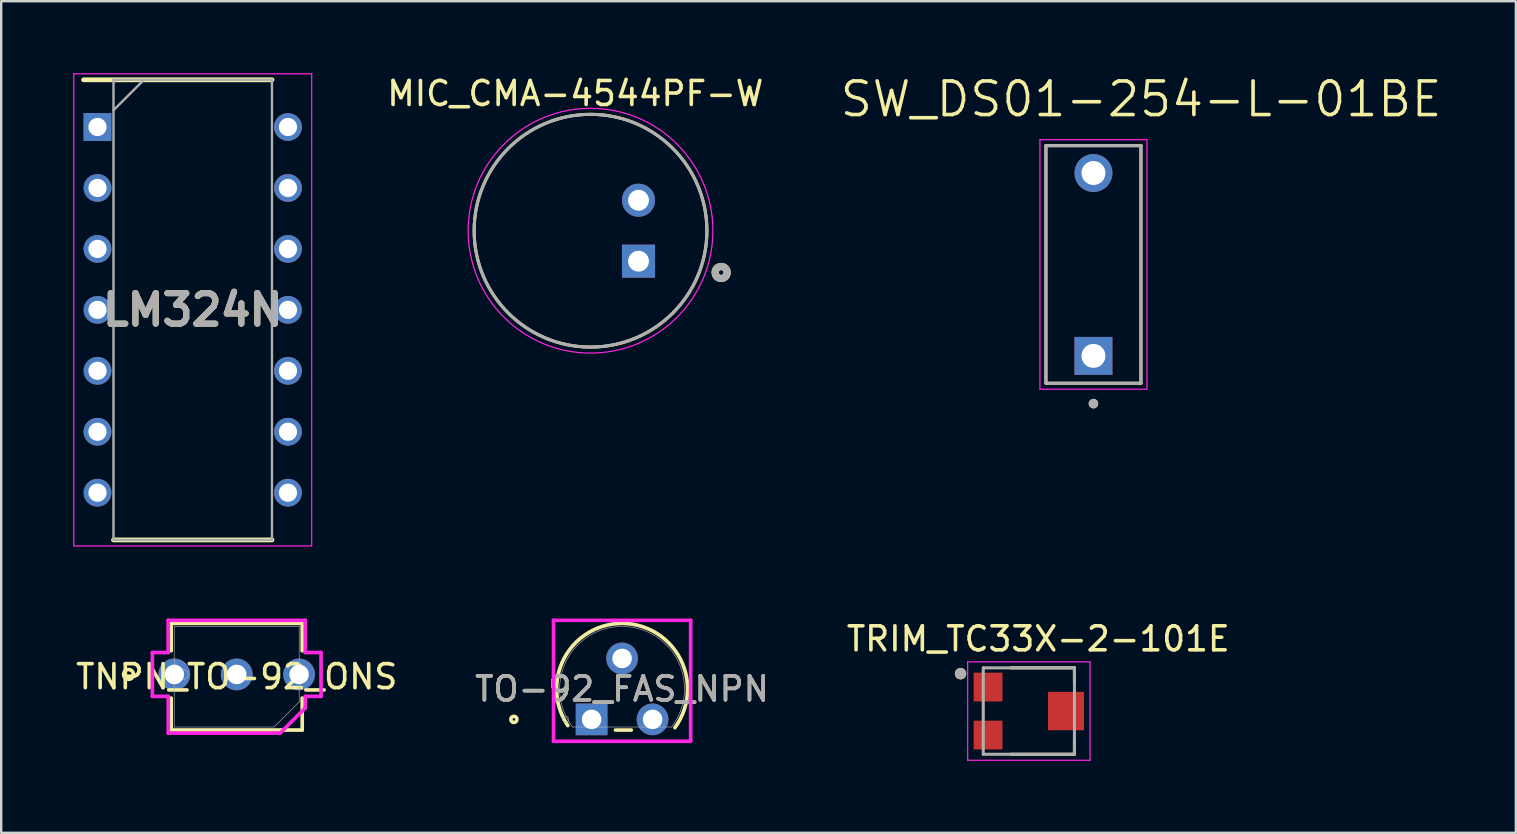
<source format=kicad_pcb>
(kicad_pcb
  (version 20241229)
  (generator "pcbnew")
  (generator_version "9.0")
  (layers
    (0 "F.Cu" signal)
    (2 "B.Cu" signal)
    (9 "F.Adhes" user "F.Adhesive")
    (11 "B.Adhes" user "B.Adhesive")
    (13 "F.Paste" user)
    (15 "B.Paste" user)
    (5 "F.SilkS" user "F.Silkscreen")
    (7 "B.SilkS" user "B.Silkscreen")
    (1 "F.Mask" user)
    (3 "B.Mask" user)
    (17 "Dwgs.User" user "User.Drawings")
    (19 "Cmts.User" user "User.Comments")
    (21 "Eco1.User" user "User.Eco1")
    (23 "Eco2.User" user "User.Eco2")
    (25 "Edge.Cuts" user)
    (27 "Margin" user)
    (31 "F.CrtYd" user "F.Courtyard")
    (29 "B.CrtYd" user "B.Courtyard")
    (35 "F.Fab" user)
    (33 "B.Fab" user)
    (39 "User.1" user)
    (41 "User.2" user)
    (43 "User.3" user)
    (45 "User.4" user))
  (footprint "SW_DS01-254-L-01BE"
    (layer "F.Cu")
    (at 42.519 7.971)
    (property "Reference" "SW_DS01-254-L-01BE" (at 1.985 -6.889 0) (layer "F.SilkS") (effects (font (size 1.4 1.4) (thickness 0.15))))
    (attr through_hole)
    (fp_line (start -1.98 -4.95) (end 1.98 -4.95) (stroke (width 0.127) (type solid)) (layer "F.SilkS"))
    (fp_line (start -1.98 4.95) (end -1.98 -4.95) (stroke (width 0.127) (type solid)) (layer "F.SilkS"))
    (fp_line (start 1.98 -4.95) (end 1.98 4.95) (stroke (width 0.127) (type solid)) (layer "F.SilkS"))
    (fp_line (start 1.98 4.95) (end -1.98 4.95) (stroke (width 0.127) (type solid)) (layer "F.SilkS"))
    (fp_circle (center 0 5.8) (end 0.1 5.8) (stroke (width 0.2) (type solid)) (fill no) (layer "F.SilkS"))
    (fp_line (start -2.23 -5.2) (end -2.23 5.2) (stroke (width 0.05) (type solid)) (layer "F.CrtYd"))
    (fp_line (start -2.23 5.2) (end 2.23 5.2) (stroke (width 0.05) (type solid)) (layer "F.CrtYd"))
    (fp_line (start 2.23 -5.2) (end -2.23 -5.2) (stroke (width 0.05) (type solid)) (layer "F.CrtYd"))
    (fp_line (start 2.23 5.2) (end 2.23 -5.2) (stroke (width 0.05) (type solid)) (layer "F.CrtYd"))
    (fp_line (start -1.98 -4.95) (end 1.98 -4.95) (stroke (width 0.127) (type solid)) (layer "F.Fab"))
    (fp_line (start -1.98 4.95) (end -1.98 -4.95) (stroke (width 0.127) (type solid)) (layer "F.Fab"))
    (fp_line (start 1.98 -4.95) (end 1.98 4.95) (stroke (width 0.127) (type solid)) (layer "F.Fab"))
    (fp_line (start 1.98 4.95) (end -1.98 4.95) (stroke (width 0.127) (type solid)) (layer "F.Fab"))
    (fp_circle (center 0 5.8) (end 0.1 5.8) (stroke (width 0.2) (type solid)) (fill no) (layer "F.Fab"))
    (pad "1A" thru_hole rect (at 0 3.81) (size 1.58 1.58) (drill 1) (layers "*.Cu" "*.Mask"))
    (pad "1B" thru_hole circle (at 0 -3.81) (size 1.58 1.58) (drill 1) (layers "*.Cu" "*.Mask")))
  (footprint "MIC_CMA-4544PF-W"
    (layer "F.Cu")
    (at 21.56 6.565)
    (property "Reference" "MIC_CMA-4544PF-W" (at -0.635 -5.717 0) (layer "F.SilkS") (effects (font (size 1 1) (thickness 0.15))))
    (attr through_hole)
    (fp_circle (center 0 0) (end 4.85 0) (stroke (width 0.127) (type solid)) (fill no) (layer "F.SilkS"))
    (fp_circle (center 5.443 1.741) (end 5.543 1.741) (stroke (width 0.3) (type solid)) (fill no) (layer "F.SilkS"))
    (fp_circle (center 0 0) (end 5.1 0) (stroke (width 0.05) (type solid)) (fill no) (layer "F.CrtYd"))
    (fp_circle (center 0 0) (end 4.85 0) (stroke (width 0.127) (type solid)) (fill no) (layer "F.Fab"))
    (fp_circle (center 5.443 1.741) (end 5.543 1.741) (stroke (width 0.3) (type solid)) (fill no) (layer "F.Fab"))
    (pad "1" thru_hole rect (at 2 1.27) (size 1.378 1.378) (drill 0.87) (layers "*.Cu" "*.Mask"))
    (pad "2" thru_hole circle (at 2 -1.27) (size 1.378 1.378) (drill 0.87) (layers "*.Cu" "*.Mask")))
  (footprint "TO-92_FAS_NPN"
    (layer "F.Cu")
    (at 21.605 26.93)
    (property "Reference" "TO-92_FAS_NPN" (at 1.27 -1.27 0) (unlocked yes) (layer "F.SilkS") (effects (font (size 1 1) (thickness 0.15))))
    (attr through_hole)
    (fp_line (start 0.993 0.445) (end 1.652 0.445) (stroke (width 0.152) (type solid)) (layer "F.SilkS"))
    (fp_arc (start -0.993141 0.257686) (mid 0.471212 -3.881047) (end 4.0005 -1.27) (stroke (width 0.1524) (type solid)) (layer "F.SilkS"))
    (fp_arc (start 4.0005 -1.269997) (mid 3.864721 -0.419674) (end 3.470889 0.346081) (stroke (width 0.1524) (type solid)) (layer "F.SilkS"))
    (fp_circle (center -3.239 0) (end -3.111 0) (stroke (width 0.152) (type solid)) (fill no) (layer "F.SilkS"))
    (fp_line (start -1.587 -4.128) (end 4.128 -4.128) (stroke (width 0.152) (type solid)) (layer "F.CrtYd"))
    (fp_line (start -1.587 0.914) (end -1.587 -4.128) (stroke (width 0.152) (type solid)) (layer "F.CrtYd"))
    (fp_line (start 4.128 -4.128) (end 4.128 0.914) (stroke (width 0.152) (type solid)) (layer "F.CrtYd"))
    (fp_line (start 4.128 0.914) (end -1.587 0.914) (stroke (width 0.152) (type solid)) (layer "F.CrtYd"))
    (fp_line (start -0.794 0.318) (end 3.334 0.318) (stroke (width 0.025) (type solid)) (layer "F.Fab"))
    (fp_line (start -0.254 0) (end 0.254 0) (stroke (width 0.152) (type solid)) (layer "F.Fab"))
    (fp_line (start 0 0.254) (end 0 -0.254) (stroke (width 0.152) (type solid)) (layer "F.Fab"))
    (fp_arc (start -0.793507 0.317499) (mid 1.270001 -3.8735) (end 3.333506 0.3175) (stroke (width 0.0254) (type solid)) (layer "F.Fab"))
    (fp_circle (center -1.079 0) (end -0.953 0) (stroke (width 0.025) (type solid)) (fill no) (layer "F.Fab"))
    (fp_text user "${REFERENCE}" (at 1.27 -1.27 0) (unlocked yes) (layer "F.Fab") (effects (font (size 1 1) (thickness 0.15))))
    (pad "1" thru_hole rect (at 0 0) (size 1.321 1.321) (drill 0.813) (layers "*.Cu" "*.Mask"))
    (pad "2" thru_hole circle (at 1.27 -2.54) (size 1.321 1.321) (drill 0.813) (layers "*.Cu" "*.Mask"))
    (pad "3" thru_hole circle (at 2.54 0) (size 1.321 1.321) (drill 0.813) (layers "*.Cu" "*.Mask")))
  (footprint "TRIM_TC33X-2-101E"
    (layer "F.Cu")
    (at 39.927 26.583)
    (property "Reference" "TRIM_TC33X-2-101E" (at 0.294 -3.008 0) (layer "F.SilkS") (effects (font (size 1 1) (thickness 0.15))))
    (attr smd)
    (fp_line (start -0.85 -1.8) (end 1.8 -1.8) (stroke (width 0.127) (type solid)) (layer "F.SilkS"))
    (fp_line (start -0.85 1.8) (end 1.8 1.8) (stroke (width 0.127) (type solid)) (layer "F.SilkS"))
    (fp_line (start 1.8 -1.8) (end 1.8 -1.2) (stroke (width 0.127) (type solid)) (layer "F.SilkS"))
    (fp_line (start 1.8 1.8) (end 1.8 1.2) (stroke (width 0.127) (type solid)) (layer "F.SilkS"))
    (fp_circle (center -2.946 -1.558) (end -2.826 -1.558) (stroke (width 0.24) (type solid)) (fill no) (layer "F.SilkS"))
    (fp_line (start -2.65 -2.05) (end 2.45 -2.05) (stroke (width 0.05) (type solid)) (layer "F.CrtYd"))
    (fp_line (start -2.65 2.05) (end -2.65 -2.05) (stroke (width 0.05) (type solid)) (layer "F.CrtYd"))
    (fp_line (start 2.45 -2.05) (end 2.45 2.05) (stroke (width 0.05) (type solid)) (layer "F.CrtYd"))
    (fp_line (start 2.45 2.05) (end -2.65 2.05) (stroke (width 0.05) (type solid)) (layer "F.CrtYd"))
    (fp_line (start -2 -1.8) (end 1.8 -1.8) (stroke (width 0.127) (type solid)) (layer "F.Fab"))
    (fp_line (start -2 1.8) (end -2 -1.8) (stroke (width 0.127) (type solid)) (layer "F.Fab"))
    (fp_line (start 1.8 -1.8) (end 1.8 1.8) (stroke (width 0.127) (type solid)) (layer "F.Fab"))
    (fp_line (start 1.8 1.8) (end -2 1.8) (stroke (width 0.127) (type solid)) (layer "F.Fab"))
    (fp_circle (center -2.946 -1.558) (end -2.826 -1.558) (stroke (width 0.24) (type solid)) (fill no) (layer "F.Fab"))
    (pad "1" smd rect (at -1.8 -1) (size 1.2 1.2) (layers "F.Cu" "F.Mask" "F.Paste"))
    (pad "2" smd rect (at 1.45 0) (size 1.5 1.6) (layers "F.Cu" "F.Mask" "F.Paste"))
    (pad "3" smd rect (at -1.8 1) (size 1.2 1.2) (layers "F.Cu" "F.Mask" "F.Paste")))
  (footprint "TNPN_TO-92_ONS"
    (layer "F.Cu")
    (at 4.215 25.057)
    (property "Reference" "TNPN_TO-92_ONS" (at 2.6 0.095 0) (unlocked yes) (layer "F.SilkS") (effects (font (size 1 1) (thickness 0.15))))
    (attr through_hole)
    (fp_line (start -0.131 -2.127) (end 5.33 -2.127) (stroke (width 0.152) (type solid)) (layer "F.SilkS"))
    (fp_line (start -0.131 -0.985) (end -0.131 -2.127) (stroke (width 0.152) (type solid)) (layer "F.SilkS"))
    (fp_line (start -0.131 2.317) (end -0.131 0.985) (stroke (width 0.152) (type solid)) (layer "F.SilkS"))
    (fp_line (start 5.33 -2.127) (end 5.33 -0.985) (stroke (width 0.152) (type solid)) (layer "F.SilkS"))
    (fp_line (start 5.33 0.985) (end 5.33 2.317) (stroke (width 0.152) (type solid)) (layer "F.SilkS"))
    (fp_line (start 5.33 2.317) (end -0.131 2.317) (stroke (width 0.152) (type solid)) (layer "F.SilkS"))
    (fp_circle (center -1.909 0) (end -1.705 0) (stroke (width 0.152) (type solid)) (fill no) (layer "F.SilkS"))
    (fp_line (start -0.914 -0.914) (end -0.914 0.914) (stroke (width 0.152) (type solid)) (layer "F.CrtYd"))
    (fp_line (start -0.914 0.914) (end -0.255 0.914) (stroke (width 0.152) (type solid)) (layer "F.CrtYd"))
    (fp_line (start -0.258 -2.255) (end -0.257 -0.914) (stroke (width 0.152) (type solid)) (layer "F.CrtYd"))
    (fp_line (start -0.257 -0.914) (end -0.914 -0.914) (stroke (width 0.152) (type solid)) (layer "F.CrtYd"))
    (fp_line (start -0.255 0.914) (end -0.254 2.445) (stroke (width 0.152) (type solid)) (layer "F.CrtYd"))
    (fp_line (start -0.254 2.445) (end 4.41 2.445) (stroke (width 0.152) (type solid)) (layer "F.CrtYd"))
    (fp_line (start 4.41 2.445) (end 5.457 1.397) (stroke (width 0.152) (type solid)) (layer "F.CrtYd"))
    (fp_line (start 5.457 -2.255) (end -0.258 -2.255) (stroke (width 0.152) (type solid)) (layer "F.CrtYd"))
    (fp_line (start 5.457 -0.914) (end 5.457 -2.255) (stroke (width 0.152) (type solid)) (layer "F.CrtYd"))
    (fp_line (start 5.457 0.914) (end 6.114 0.914) (stroke (width 0.152) (type solid)) (layer "F.CrtYd"))
    (fp_line (start 5.457 1.397) (end 5.457 0.914) (stroke (width 0.152) (type solid)) (layer "F.CrtYd"))
    (fp_line (start 6.114 -0.914) (end 5.457 -0.914) (stroke (width 0.152) (type solid)) (layer "F.CrtYd"))
    (fp_line (start 6.114 0.914) (end 6.114 -0.914) (stroke (width 0.152) (type solid)) (layer "F.CrtYd"))
    (fp_line (start -0.004 -2.001) (end 5.204 -2.001) (stroke (width 0.025) (type solid)) (layer "F.Fab"))
    (fp_line (start -0.004 2.191) (end -0.004 -2.001) (stroke (width 0.025) (type solid)) (layer "F.Fab"))
    (fp_line (start 4.156 2.191) (end -0.004 2.191) (stroke (width 0.025) (type solid)) (layer "F.Fab"))
    (fp_line (start 5.204 -2.001) (end 5.204 1.143) (stroke (width 0.025) (type solid)) (layer "F.Fab"))
    (fp_line (start 5.204 1.143) (end 4.156 2.191) (stroke (width 0.025) (type solid)) (layer "F.Fab"))
    (fp_circle (center 0.378 0) (end 0.581 0) (stroke (width 0.025) (type solid)) (fill no) (layer "F.Fab"))
    (pad "1" thru_hole circle (at 0 0) (size 1.321 1.321) (drill 0.813) (layers "*.Cu" "*.Mask"))
    (pad "2" thru_hole circle (at 2.6 0) (size 1.321 1.321) (drill 0.813) (layers "*.Cu" "*.Mask"))
    (pad "3" thru_hole circle (at 5.2 0) (size 1.321 1.321) (drill 0.813) (layers "*.Cu" "*.Mask")))
  (footprint "LM324N"
    (layer "F.Cu")
    (at 4.982 9.863)
    (property "Reference" "LM324N" (at 0 0 0) (layer "F.SilkS") (effects (font (size 1.27 1.27) (thickness 0.254))))
    (attr through_hole)
    (fp_line (start -4.548 -9.588) (end 3.302 -9.588) (stroke (width 0.2) (type solid)) (layer "F.SilkS"))
    (fp_line (start -3.302 9.588) (end 3.302 9.588) (stroke (width 0.2) (type solid)) (layer "F.SilkS"))
    (fp_line (start -4.957 -9.838) (end 4.957 -9.838) (stroke (width 0.05) (type solid)) (layer "F.CrtYd"))
    (fp_line (start -4.957 9.838) (end -4.957 -9.838) (stroke (width 0.05) (type solid)) (layer "F.CrtYd"))
    (fp_line (start 4.957 -9.838) (end 4.957 9.838) (stroke (width 0.05) (type solid)) (layer "F.CrtYd"))
    (fp_line (start 4.957 9.838) (end -4.957 9.838) (stroke (width 0.05) (type solid)) (layer "F.CrtYd"))
    (fp_line (start -3.302 -9.588) (end 3.302 -9.588) (stroke (width 0.1) (type solid)) (layer "F.Fab"))
    (fp_line (start -3.302 -8.318) (end -2.032 -9.588) (stroke (width 0.1) (type solid)) (layer "F.Fab"))
    (fp_line (start -3.302 9.588) (end -3.302 -9.588) (stroke (width 0.1) (type solid)) (layer "F.Fab"))
    (fp_line (start 3.302 -9.588) (end 3.302 9.588) (stroke (width 0.1) (type solid)) (layer "F.Fab"))
    (fp_line (start 3.302 9.588) (end -3.302 9.588) (stroke (width 0.1) (type solid)) (layer "F.Fab"))
    (fp_text user "${REFERENCE}" (at 0 0 0) (layer "F.Fab") (effects (font (size 1.27 1.27) (thickness 0.254))))
    (pad "1" thru_hole rect (at -3.969 -7.62) (size 1.159 1.159) (drill 0.759) (layers "*.Cu" "*.Mask"))
    (pad "2" thru_hole circle (at -3.969 -5.08) (size 1.159 1.159) (drill 0.759) (layers "*.Cu" "*.Mask"))
    (pad "3" thru_hole circle (at -3.969 -2.54) (size 1.159 1.159) (drill 0.759) (layers "*.Cu" "*.Mask"))
    (pad "4" thru_hole circle (at -3.969 0) (size 1.159 1.159) (drill 0.759) (layers "*.Cu" "*.Mask"))
    (pad "5" thru_hole circle (at -3.969 2.54) (size 1.159 1.159) (drill 0.759) (layers "*.Cu" "*.Mask"))
    (pad "6" thru_hole circle (at -3.969 5.08) (size 1.159 1.159) (drill 0.759) (layers "*.Cu" "*.Mask"))
    (pad "7" thru_hole circle (at -3.969 7.62) (size 1.159 1.159) (drill 0.759) (layers "*.Cu" "*.Mask"))
    (pad "8" thru_hole circle (at 3.969 7.62) (size 1.159 1.159) (drill 0.759) (layers "*.Cu" "*.Mask"))
    (pad "9" thru_hole circle (at 3.969 5.08) (size 1.159 1.159) (drill 0.759) (layers "*.Cu" "*.Mask"))
    (pad "10" thru_hole circle (at 3.969 2.54) (size 1.159 1.159) (drill 0.759) (layers "*.Cu" "*.Mask"))
    (pad "11" thru_hole circle (at 3.969 0) (size 1.159 1.159) (drill 0.759) (layers "*.Cu" "*.Mask"))
    (pad "12" thru_hole circle (at 3.969 -2.54) (size 1.159 1.159) (drill 0.759) (layers "*.Cu" "*.Mask"))
    (pad "13" thru_hole circle (at 3.969 -5.08) (size 1.159 1.159) (drill 0.759) (layers "*.Cu" "*.Mask"))
    (pad "14" thru_hole circle (at 3.969 -7.62) (size 1.159 1.159) (drill 0.759) (layers "*.Cu" "*.Mask")))
  (gr_rect
    (start -3 -3)
    (end 60.123 31.658)
    (stroke (width 0.1) (type default))
    (fill no)
    (layer "Edge.Cuts")))
</source>
